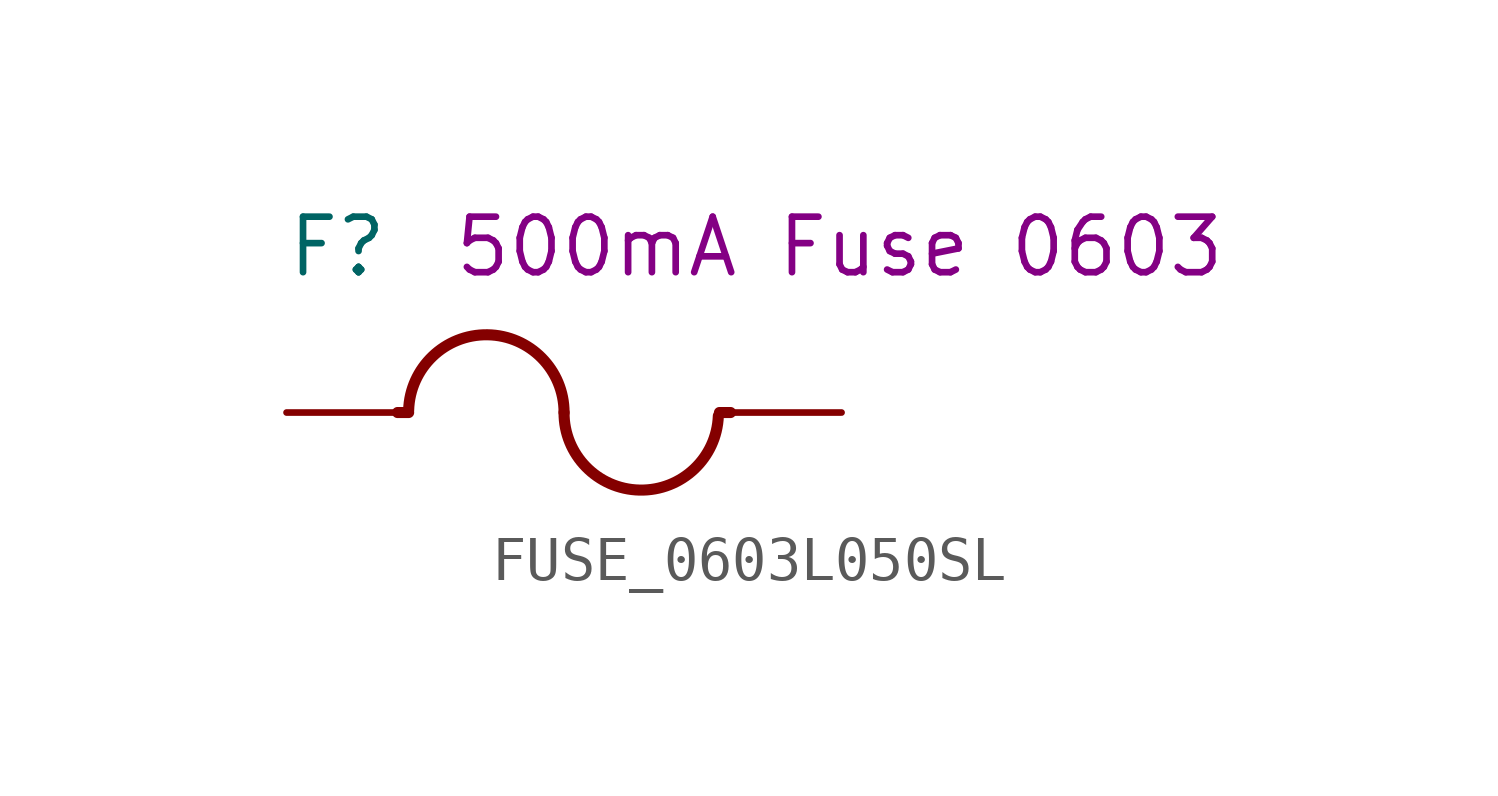
<source format=kicad_sym>
(kicad_symbol_lib
  (version 20231120)
  (generator "kicad_symbol_editor")
  (generator_version "7.99")
  (symbol "FUSE_0603L050SL"
    (pin_numbers hide)
    (pin_names
      (offset 1.016) hide)
    (property "Reference" "F"
      (at -0.025 3.048 0)
      (effects (font (size 1.27 1.27)) (justify left bottom)))
    (property "Comment" "500mA Fuse 0603"
      (at 3.785 3.048 0)
      (effects (font (size 1.27 1.27)) (justify left bottom)))
    (symbol "FUSE_0603L050SL_1_1"
      (polyline (pts (xy 2.54 0) (xy 2.794 0)) (stroke (width 0.254) (type solid)) (fill (type none)))
      (polyline (pts (xy 9.906 0) (xy 10.16 0)) (stroke (width 0.254) (type solid)) (fill (type none)))
      (arc (start 6.35 0) (mid 4.5974 1.7778) (end 2.794 0.0508) (stroke (width 0.254) (type solid)) (fill (type none)))
      (arc (start 6.35 0) (mid 8.0894 -1.7776) (end 9.8806 -0.0762) (stroke (width 0.254) (type solid)) (fill (type none)))
      (pin passive line (at 0 0 0) (length 2.54) (name "1" (effects (font (size 1.27 1.27)))) (number "1" (effects (font (size 1.27 1.27)))))
      (pin passive line (at 12.7 0 180) (length 2.54) (name "2" (effects (font (size 1.27 1.27)))) (number "2" (effects (font (size 1.27 1.27))))))))
</source>
